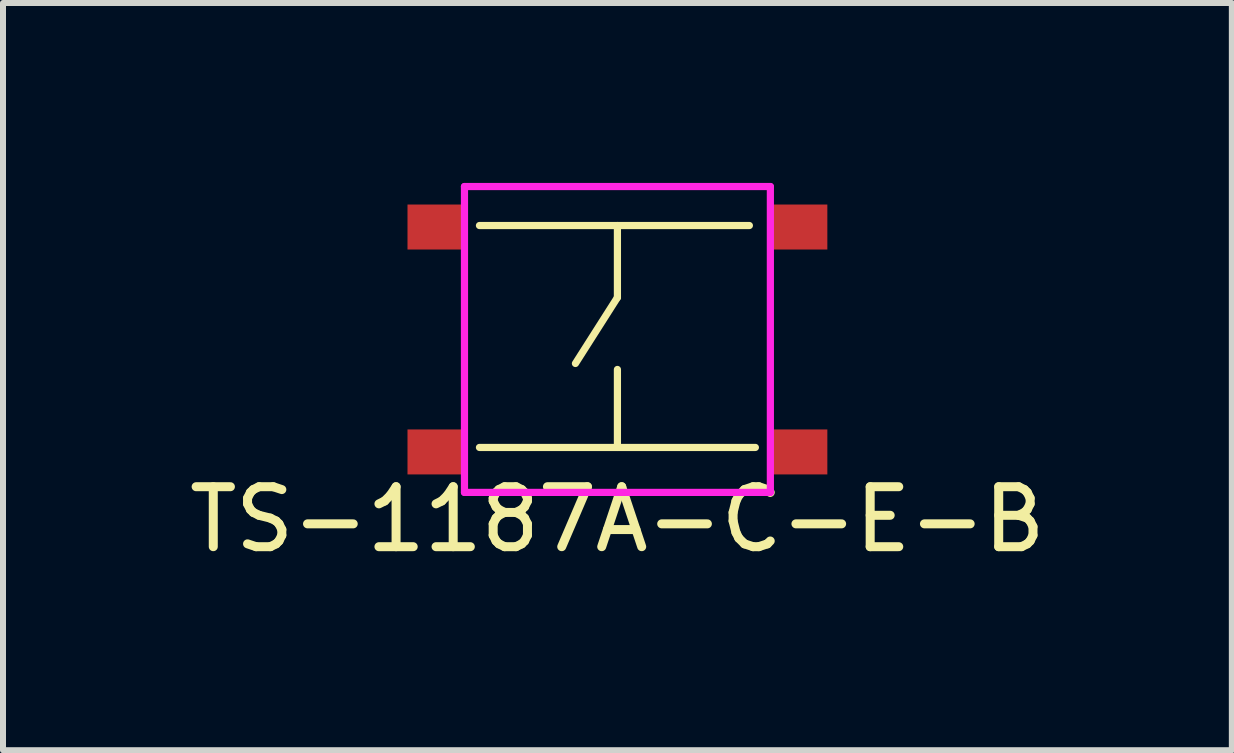
<source format=kicad_pcb>
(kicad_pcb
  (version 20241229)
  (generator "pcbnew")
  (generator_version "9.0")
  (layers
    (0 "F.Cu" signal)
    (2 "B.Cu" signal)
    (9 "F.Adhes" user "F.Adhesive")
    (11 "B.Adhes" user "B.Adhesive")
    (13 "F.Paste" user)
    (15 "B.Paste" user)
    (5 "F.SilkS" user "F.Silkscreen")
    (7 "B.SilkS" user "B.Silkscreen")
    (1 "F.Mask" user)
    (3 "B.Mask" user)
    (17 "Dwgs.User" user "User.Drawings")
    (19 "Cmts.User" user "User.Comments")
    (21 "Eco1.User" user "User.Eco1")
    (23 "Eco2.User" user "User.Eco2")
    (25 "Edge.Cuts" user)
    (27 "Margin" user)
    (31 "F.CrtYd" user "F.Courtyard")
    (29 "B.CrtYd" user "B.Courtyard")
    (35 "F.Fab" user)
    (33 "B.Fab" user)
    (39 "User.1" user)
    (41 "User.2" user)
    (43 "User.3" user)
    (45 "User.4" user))
  (footprint "TS-1187A-C-E-B"
    (layer "F.Cu")
    (at 7.244 2.61)
    (property "Reference" "TS-1187A-C-E-B" (at 0 3 0) (layer "F.SilkS") (effects (font (size 1 1) (thickness 0.15))))
    (attr through_hole)
    (fp_line (start -2.3 1.8) (end 2.3 1.8) (stroke (width 0.12) (type solid)) (layer "F.SilkS"))
    (fp_line (start 0 -1.9) (end 0 -0.7) (stroke (width 0.12) (type solid)) (layer "F.SilkS"))
    (fp_line (start 0 -0.7) (end -0.7 0.4) (stroke (width 0.12) (type solid)) (layer "F.SilkS"))
    (fp_line (start 0 1.8) (end 0 0.5) (stroke (width 0.12) (type solid)) (layer "F.SilkS"))
    (fp_line (start 2.2 -1.9) (end -2.3 -1.9) (stroke (width 0.12) (type solid)) (layer "F.SilkS"))
    (fp_line (start -2.55 -2.55) (end -2.55 2.55) (stroke (width 0.12) (type solid)) (layer "F.CrtYd"))
    (fp_line (start -2.55 2.55) (end 2.55 2.55) (stroke (width 0.12) (type solid)) (layer "F.CrtYd"))
    (fp_line (start 2.55 -2.55) (end -2.55 -2.55) (stroke (width 0.12) (type solid)) (layer "F.CrtYd"))
    (fp_line (start 2.55 2.55) (end 2.55 -2.55) (stroke (width 0.12) (type solid)) (layer "F.CrtYd"))
    (pad "A" smd rect (at -3 -1.875) (size 1 0.75) (layers "F.Cu" "F.Mask" "F.Paste"))
    (pad "B" smd rect (at 3 -1.875) (size 1 0.75) (layers "F.Cu" "F.Mask" "F.Paste"))
    (pad "C" smd rect (at -3 1.875) (size 1 0.75) (layers "F.Cu" "F.Mask" "F.Paste"))
    (pad "D" smd rect (at 3 1.875) (size 1 0.75) (layers "F.Cu" "F.Mask" "F.Paste")))
  (gr_rect
    (start -3 -3)
    (end 17.488 9.458)
    (stroke (width 0.1) (type default))
    (fill no)
    (layer "Edge.Cuts")))
</source>
